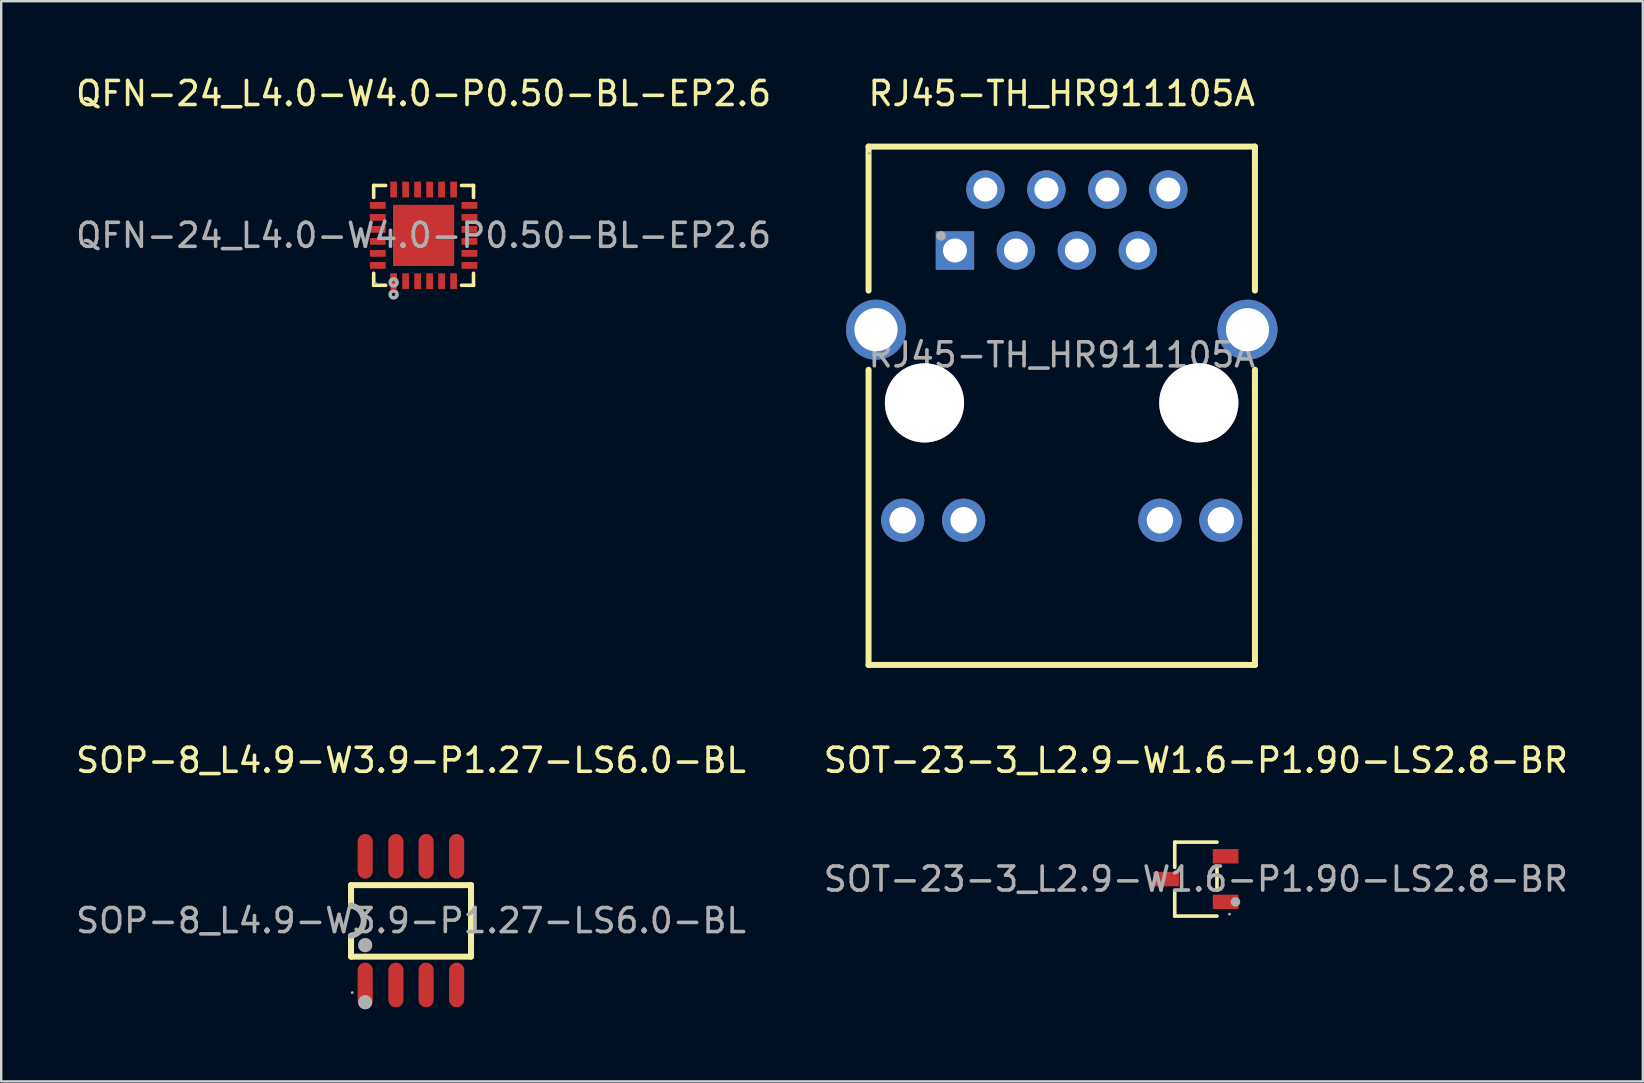
<source format=kicad_pcb>
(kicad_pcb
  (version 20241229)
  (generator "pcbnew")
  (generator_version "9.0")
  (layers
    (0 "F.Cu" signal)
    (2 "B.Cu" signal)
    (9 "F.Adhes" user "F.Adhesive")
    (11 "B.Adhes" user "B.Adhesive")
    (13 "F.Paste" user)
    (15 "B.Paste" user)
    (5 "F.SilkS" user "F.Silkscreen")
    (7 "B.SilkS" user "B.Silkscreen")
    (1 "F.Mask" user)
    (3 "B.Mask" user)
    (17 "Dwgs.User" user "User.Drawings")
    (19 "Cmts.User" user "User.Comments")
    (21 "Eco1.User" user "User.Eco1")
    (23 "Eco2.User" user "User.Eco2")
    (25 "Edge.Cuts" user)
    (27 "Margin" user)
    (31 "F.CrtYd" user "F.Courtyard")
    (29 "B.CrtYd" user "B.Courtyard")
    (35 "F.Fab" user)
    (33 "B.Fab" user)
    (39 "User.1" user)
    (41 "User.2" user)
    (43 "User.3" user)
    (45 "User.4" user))
  (footprint "SOP-8_L4.9-W3.9-P1.27-LS6.0-BL"
    (layer "F.Cu")
    (at 14.077 35.312)
    (property "Reference" "SOP-8_L4.9-W3.9-P1.27-LS6.0-BL" (at 0 -6.68 0) (layer "F.SilkS") (effects (font (size 1 1) (thickness 0.15))))
    (attr smd)
    (fp_line (start -2.5 -1.48) (end 2.5 -1.48) (stroke (width 0.25) (type solid)) (layer "F.SilkS"))
    (fp_line (start -2.5 -0.63) (end -2.5 -1.48) (stroke (width 0.25) (type solid)) (layer "F.SilkS"))
    (fp_line (start -2.5 0.63) (end -2.5 1.5) (stroke (width 0.25) (type solid)) (layer "F.SilkS"))
    (fp_line (start -2.5 1.5) (end 2.5 1.5) (stroke (width 0.25) (type solid)) (layer "F.SilkS"))
    (fp_line (start 2.5 1.5) (end 2.5 -1.48) (stroke (width 0.25) (type solid)) (layer "F.SilkS"))
    (fp_arc (start -2.5 -0.63) (mid -1.970474 -0.002632) (end -2.494818 0.629073) (stroke (width 0.25) (type solid)) (layer "F.Fab"))
    (fp_circle (center -2.45 3) (end -2.42 3) (stroke (width 0.06) (type solid)) (fill no) (layer "F.Fab"))
    (fp_circle (center -1.91 1.02) (end -1.76 1.02) (stroke (width 0.3) (type solid)) (fill no) (layer "F.Fab"))
    (fp_circle (center -1.91 3.4) (end -1.76 3.4) (stroke (width 0.3) (type solid)) (fill no) (layer "F.Fab"))
    (fp_text user "${REFERENCE}" (at 0 0 0) (layer "F.Fab") (effects (font (size 1 1) (thickness 0.15))))
    (pad "1" smd oval (at -1.91 2.68) (size 0.63 1.86) (layers "F.Cu" "F.Mask" "F.Paste"))
    (pad "2" smd oval (at -0.63 2.68) (size 0.63 1.86) (layers "F.Cu" "F.Mask" "F.Paste"))
    (pad "3" smd oval (at 0.63 2.68) (size 0.63 1.86) (layers "F.Cu" "F.Mask" "F.Paste"))
    (pad "4" smd oval (at 1.9 2.68) (size 0.63 1.86) (layers "F.Cu" "F.Mask" "F.Paste"))
    (pad "5" smd oval (at 1.9 -2.68) (size 0.63 1.86) (layers "F.Cu" "F.Mask" "F.Paste"))
    (pad "6" smd oval (at 0.63 -2.68) (size 0.63 1.86) (layers "F.Cu" "F.Mask" "F.Paste"))
    (pad "7" smd oval (at -0.63 -2.68) (size 0.63 1.86) (layers "F.Cu" "F.Mask" "F.Paste"))
    (pad "8" smd oval (at -1.91 -2.68) (size 0.63 1.86) (layers "F.Cu" "F.Mask" "F.Paste")))
  (footprint "QFN-24_L4.0-W4.0-P0.50-BL-EP2.6"
    (layer "F.Cu")
    (at 14.601 6.758)
    (property "Reference" "QFN-24_L4.0-W4.0-P0.50-BL-EP2.6" (at 0 -5.91 0) (layer "F.SilkS") (effects (font (size 1 1) (thickness 0.15))))
    (attr smd)
    (fp_line (start -2.08 -2.08) (end -1.58 -2.08) (stroke (width 0.15) (type solid)) (layer "F.SilkS"))
    (fp_line (start -2.08 -1.58) (end -2.08 -2.08) (stroke (width 0.15) (type solid)) (layer "F.SilkS"))
    (fp_line (start -2.08 1.58) (end -2.08 2.08) (stroke (width 0.15) (type solid)) (layer "F.SilkS"))
    (fp_line (start -2.08 2.08) (end -1.58 2.08) (stroke (width 0.15) (type solid)) (layer "F.SilkS"))
    (fp_line (start 2.08 -2.08) (end 1.58 -2.08) (stroke (width 0.15) (type solid)) (layer "F.SilkS"))
    (fp_line (start 2.08 -1.58) (end 2.08 -2.08) (stroke (width 0.15) (type solid)) (layer "F.SilkS"))
    (fp_line (start 2.08 1.58) (end 2.08 2.08) (stroke (width 0.15) (type solid)) (layer "F.SilkS"))
    (fp_line (start 2.08 2.08) (end 1.58 2.08) (stroke (width 0.15) (type solid)) (layer "F.SilkS"))
    (fp_circle (center -2 2) (end -1.97 2) (stroke (width 0.06) (type solid)) (fill no) (layer "F.Fab"))
    (fp_circle (center -1.25 1.96) (end -1.18 1.96) (stroke (width 0.15) (type solid)) (fill no) (layer "F.Fab"))
    (fp_circle (center -1.25 2.46) (end -1.18 2.46) (stroke (width 0.15) (type solid)) (fill no) (layer "F.Fab"))
    (fp_text user "${REFERENCE}" (at 0 0 0) (layer "F.Fab") (effects (font (size 1 1) (thickness 0.15))))
    (pad "1" smd rect (at -1.25 1.91) (size 0.28 0.66) (layers "F.Cu" "F.Mask" "F.Paste"))
    (pad "2" smd rect (at -0.75 1.91) (size 0.28 0.66) (layers "F.Cu" "F.Mask" "F.Paste"))
    (pad "3" smd rect (at -0.25 1.91) (size 0.28 0.66) (layers "F.Cu" "F.Mask" "F.Paste"))
    (pad "4" smd rect (at 0.25 1.91) (size 0.28 0.66) (layers "F.Cu" "F.Mask" "F.Paste"))
    (pad "5" smd rect (at 0.75 1.91) (size 0.28 0.66) (layers "F.Cu" "F.Mask" "F.Paste"))
    (pad "6" smd rect (at 1.25 1.91) (size 0.28 0.66) (layers "F.Cu" "F.Mask" "F.Paste"))
    (pad "7" smd rect (at 1.91 1.25) (size 0.66 0.28) (layers "F.Cu" "F.Mask" "F.Paste"))
    (pad "8" smd rect (at 1.91 0.75) (size 0.66 0.28) (layers "F.Cu" "F.Mask" "F.Paste"))
    (pad "9" smd rect (at 1.91 0.25) (size 0.66 0.28) (layers "F.Cu" "F.Mask" "F.Paste"))
    (pad "10" smd rect (at 1.91 -0.25) (size 0.66 0.28) (layers "F.Cu" "F.Mask" "F.Paste"))
    (pad "11" smd rect (at 1.91 -0.75) (size 0.66 0.28) (layers "F.Cu" "F.Mask" "F.Paste"))
    (pad "12" smd rect (at 1.91 -1.25) (size 0.66 0.28) (layers "F.Cu" "F.Mask" "F.Paste"))
    (pad "13" smd rect (at 1.25 -1.91) (size 0.28 0.66) (layers "F.Cu" "F.Mask" "F.Paste"))
    (pad "14" smd rect (at 0.75 -1.91) (size 0.28 0.66) (layers "F.Cu" "F.Mask" "F.Paste"))
    (pad "15" smd rect (at 0.25 -1.91) (size 0.28 0.66) (layers "F.Cu" "F.Mask" "F.Paste"))
    (pad "16" smd rect (at -0.25 -1.91) (size 0.28 0.66) (layers "F.Cu" "F.Mask" "F.Paste"))
    (pad "17" smd rect (at -0.75 -1.91) (size 0.28 0.66) (layers "F.Cu" "F.Mask" "F.Paste"))
    (pad "18" smd rect (at -1.25 -1.91) (size 0.28 0.66) (layers "F.Cu" "F.Mask" "F.Paste"))
    (pad "19" smd rect (at -1.91 -1.25) (size 0.66 0.28) (layers "F.Cu" "F.Mask" "F.Paste"))
    (pad "20" smd rect (at -1.91 -0.75) (size 0.66 0.28) (layers "F.Cu" "F.Mask" "F.Paste"))
    (pad "21" smd rect (at -1.91 -0.25) (size 0.66 0.28) (layers "F.Cu" "F.Mask" "F.Paste"))
    (pad "22" smd rect (at -1.91 0.25) (size 0.66 0.28) (layers "F.Cu" "F.Mask" "F.Paste"))
    (pad "23" smd rect (at -1.91 0.75) (size 0.66 0.28) (layers "F.Cu" "F.Mask" "F.Paste"))
    (pad "24" smd rect (at -1.91 1.25) (size 0.66 0.28) (layers "F.Cu" "F.Mask" "F.Paste"))
    (pad "25" smd rect (at 0 0) (size 2.55 2.55) (layers "F.Cu" "F.Mask" "F.Paste")))
  (footprint "RJ45-TH_HR911105A"
    (layer "F.Cu")
    (at 41.192 11.738)
    (property "Reference" "RJ45-TH_HR911105A" (at 0 -10.89 0) (layer "F.SilkS") (effects (font (size 1 1) (thickness 0.15))))
    (attr through_hole)
    (fp_line (start -8.05 -8.68) (end -8.05 -2.68) (stroke (width 0.25) (type solid)) (layer "F.SilkS"))
    (fp_line (start -8.05 -8.68) (end 8.05 -8.68) (stroke (width 0.25) (type solid)) (layer "F.SilkS"))
    (fp_line (start -8.05 0.62) (end -8.05 12.92) (stroke (width 0.25) (type solid)) (layer "F.SilkS"))
    (fp_line (start -8.05 12.92) (end 8.05 12.92) (stroke (width 0.25) (type solid)) (layer "F.SilkS"))
    (fp_line (start 8.05 -8.68) (end 8.05 -2.68) (stroke (width 0.25) (type solid)) (layer "F.SilkS"))
    (fp_line (start 8.05 0.62) (end 8.05 12.92) (stroke (width 0.25) (type solid)) (layer "F.SilkS"))
    (fp_circle (center -8.02 -8.4) (end -7.99 -8.4) (stroke (width 0.06) (type solid)) (fill no) (layer "F.Fab"))
    (fp_circle (center -5.72 2) (end -5.02 2) (stroke (width 1.4) (type solid)) (fill no) (layer "F.Fab"))
    (fp_circle (center -5.03 -4.96) (end -4.93 -4.96) (stroke (width 0.2) (type solid)) (fill no) (layer "F.Fab"))
    (fp_circle (center 5.71 2) (end 6.41 2) (stroke (width 1.4) (type solid)) (fill no) (layer "F.Fab"))
    (fp_text user "${REFERENCE}" (at 0 0 0) (layer "F.Fab") (effects (font (size 1 1) (thickness 0.15))))
    (pad "" thru_hole circle (at -5.72 2) (size 3.3 3.3) (drill 3.3) (layers "*.Cu" "*.Mask"))
    (pad "" thru_hole circle (at 5.71 2) (size 3.3 3.3) (drill 3.3) (layers "*.Cu" "*.Mask"))
    (pad "1" thru_hole rect (at -4.45 -4.35) (size 1.6 1.6) (drill 1) (layers "*.Cu" "*.Mask"))
    (pad "2" thru_hole circle (at -3.18 -6.89) (size 1.6 1.6) (drill 1) (layers "*.Cu" "*.Mask"))
    (pad "3" thru_hole circle (at -1.91 -4.35) (size 1.6 1.6) (drill 1) (layers "*.Cu" "*.Mask"))
    (pad "4" thru_hole circle (at -0.64 -6.89) (size 1.6 1.6) (drill 1) (layers "*.Cu" "*.Mask"))
    (pad "5" thru_hole circle (at 0.63 -4.35) (size 1.6 1.6) (drill 1) (layers "*.Cu" "*.Mask"))
    (pad "6" thru_hole circle (at 1.9 -6.89) (size 1.6 1.6) (drill 1) (layers "*.Cu" "*.Mask"))
    (pad "7" thru_hole circle (at 3.17 -4.35) (size 1.6 1.6) (drill 1) (layers "*.Cu" "*.Mask"))
    (pad "8" thru_hole circle (at 4.44 -6.89) (size 1.6 1.6) (drill 1) (layers "*.Cu" "*.Mask"))
    (pad "9" thru_hole circle (at -6.63 6.89) (size 1.8 1.8) (drill 1.1) (layers "*.Cu" "*.Mask"))
    (pad "10" thru_hole circle (at -4.09 6.89) (size 1.8 1.8) (drill 1.1) (layers "*.Cu" "*.Mask"))
    (pad "11" thru_hole circle (at 4.09 6.89) (size 1.8 1.8) (drill 1.1) (layers "*.Cu" "*.Mask"))
    (pad "12" thru_hole circle (at 6.63 6.89) (size 1.8 1.8) (drill 1.1) (layers "*.Cu" "*.Mask"))
    (pad "SH1" thru_hole circle (at -7.74 -1.05) (size 2.5 2.5) (drill 1.8) (layers "*.Cu" "*.Mask"))
    (pad "SH2" thru_hole circle (at 7.74 -1.05) (size 2.5 2.5) (drill 1.8) (layers "*.Cu" "*.Mask")))
  (footprint "SOT-23-3_L2.9-W1.6-P1.90-LS2.8-BR"
    (layer "F.Cu")
    (at 46.78 33.581)
    (property "Reference" "SOT-23-3_L2.9-W1.6-P1.90-LS2.8-BR" (at 0 -4.95 0) (layer "F.SilkS") (effects (font (size 1 1) (thickness 0.15))))
    (attr smd)
    (fp_line (start -0.88 -1.54) (end -0.88 -0.49) (stroke (width 0.15) (type solid)) (layer "F.SilkS"))
    (fp_line (start -0.88 1.54) (end -0.88 0.49) (stroke (width 0.15) (type solid)) (layer "F.SilkS"))
    (fp_line (start 0.88 -1.54) (end -0.88 -1.54) (stroke (width 0.15) (type solid)) (layer "F.SilkS"))
    (fp_line (start 0.88 -0.46) (end 0.88 0.46) (stroke (width 0.15) (type solid)) (layer "F.SilkS"))
    (fp_line (start 0.88 1.54) (end -0.88 1.54) (stroke (width 0.15) (type solid)) (layer "F.SilkS"))
    (fp_circle (center 1.4 1.46) (end 1.43 1.46) (stroke (width 0.06) (type solid)) (fill no) (layer "F.Fab"))
    (fp_circle (center 1.65 0.95) (end 1.75 0.95) (stroke (width 0.2) (type solid)) (fill no) (layer "F.Fab"))
    (fp_text user "${REFERENCE}" (at 0 0 0) (layer "F.Fab") (effects (font (size 1 1) (thickness 0.15))))
    (pad "1" smd rect (at 1.24 0.95) (size 1.07 0.6) (layers "F.Cu" "F.Mask" "F.Paste"))
    (pad "2" smd rect (at 1.24 -0.95) (size 1.07 0.6) (layers "F.Cu" "F.Mask" "F.Paste"))
    (pad "3" smd rect (at -1.24 0) (size 1.07 0.6) (layers "F.Cu" "F.Mask" "F.Paste")))
  (gr_rect
    (start -3 -3)
    (end 65.405 42.011)
    (stroke (width 0.1) (type default))
    (fill no)
    (layer "Edge.Cuts")))
</source>
